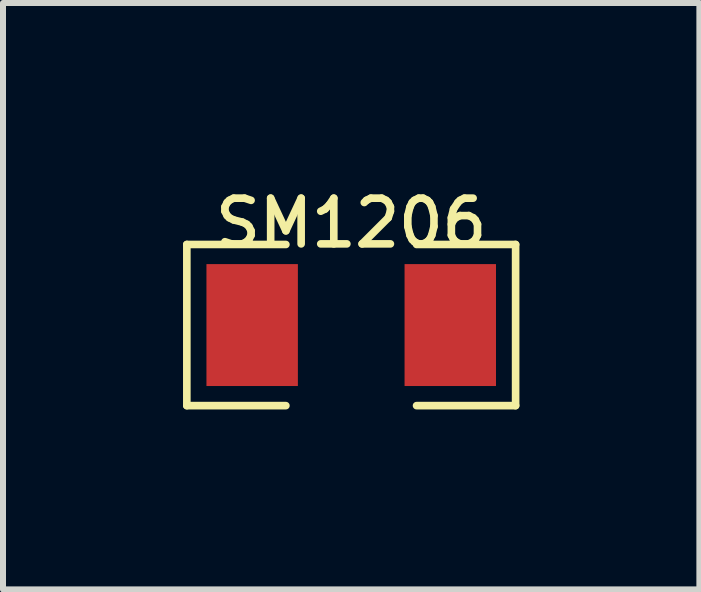
<source format=kicad_pcb>
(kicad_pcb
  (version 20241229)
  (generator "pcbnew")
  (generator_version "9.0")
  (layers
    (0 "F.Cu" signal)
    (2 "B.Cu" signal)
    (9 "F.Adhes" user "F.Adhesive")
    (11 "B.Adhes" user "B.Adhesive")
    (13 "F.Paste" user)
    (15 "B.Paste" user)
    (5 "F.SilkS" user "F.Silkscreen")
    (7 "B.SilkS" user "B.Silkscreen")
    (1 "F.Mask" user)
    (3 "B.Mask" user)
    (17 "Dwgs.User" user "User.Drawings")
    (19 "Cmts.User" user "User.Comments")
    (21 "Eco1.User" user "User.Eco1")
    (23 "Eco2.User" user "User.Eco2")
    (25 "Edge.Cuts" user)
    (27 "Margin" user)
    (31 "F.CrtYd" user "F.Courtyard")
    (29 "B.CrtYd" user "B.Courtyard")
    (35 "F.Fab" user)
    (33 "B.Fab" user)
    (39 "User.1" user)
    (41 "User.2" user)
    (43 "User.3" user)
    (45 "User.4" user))
  (footprint "SM1206"
    (layer "F.Cu")
    (at 2.804 2.368)
    (property "Reference" "SM1206" (at 0 -1.699 0) (layer "F.SilkS") (effects (font (size 0.762 0.762) (thickness 0.127))))
    (attr smd)
    (fp_line (start -2.74 -1.343) (end -2.74 1.343) (stroke (width 0.127) (type solid)) (layer "F.SilkS"))
    (fp_line (start -2.74 1.343) (end -1.089 1.343) (stroke (width 0.127) (type solid)) (layer "F.SilkS"))
    (fp_line (start -1.089 -1.343) (end -2.74 -1.343) (stroke (width 0.127) (type solid)) (layer "F.SilkS"))
    (fp_line (start 1.089 -1.343) (end 2.74 -1.343) (stroke (width 0.127) (type solid)) (layer "F.SilkS"))
    (fp_line (start 2.74 -1.343) (end 2.74 1.343) (stroke (width 0.127) (type solid)) (layer "F.SilkS"))
    (fp_line (start 2.74 1.343) (end 1.089 1.343) (stroke (width 0.127) (type solid)) (layer "F.SilkS"))
    (pad "1" smd rect (at -1.651 0) (size 1.524 2.032) (layers "F.Cu" "F.Mask" "F.Paste"))
    (pad "2" smd rect (at 1.651 0) (size 1.524 2.032) (layers "F.Cu" "F.Mask" "F.Paste")))
  (gr_rect
    (start -3 -3)
    (end 8.607 6.774)
    (stroke (width 0.1) (type default))
    (fill no)
    (layer "Edge.Cuts")))
</source>
